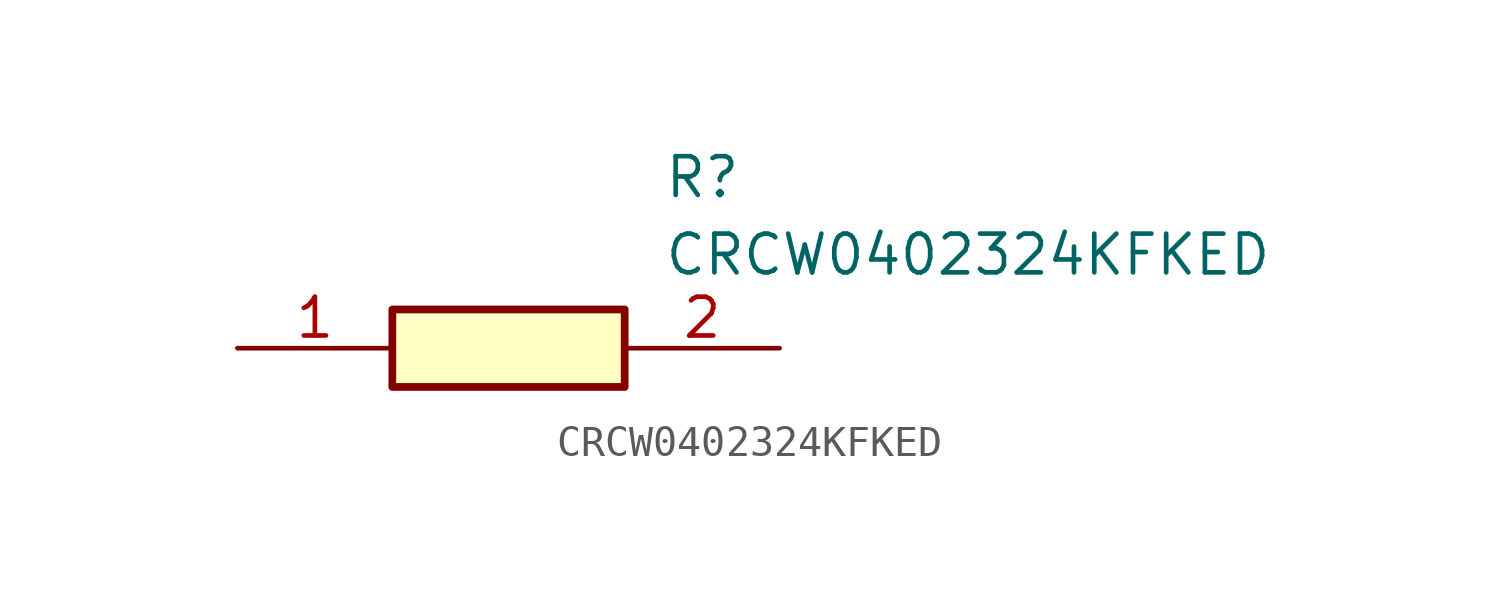
<source format=kicad_sym>
(kicad_symbol_lib
  (version 20211014)
  (generator SamacSys_ECAD_Model)
  (symbol "CRCW0402324KFKED"
    (pin_names hide)
    (property "Reference" "R"
      (at 13.97 6.35 0)
      (effects (font (size 1.27 1.27)) (justify left top)))
    (property "Value" "CRCW0402324KFKED"
      (at 13.97 3.81 0)
      (effects (font (size 1.27 1.27)) (justify left top)))
    (rectangle
      (start 5.08 1.27)
      (end 12.7 -1.27)
      (stroke (width 0.254) (type default))
      (fill (type background)))
    (pin passive line
      (at 0 0 0)
      (length 5.08)
      (name "1" (effects (font (size 1.27 1.27))))
      (number "1" (effects (font (size 1.27 1.27)))))
    (pin passive line
      (at 17.78 0 180)
      (length 5.08)
      (name "2" (effects (font (size 1.27 1.27))))
      (number "2" (effects (font (size 1.27 1.27)))))))
</source>
